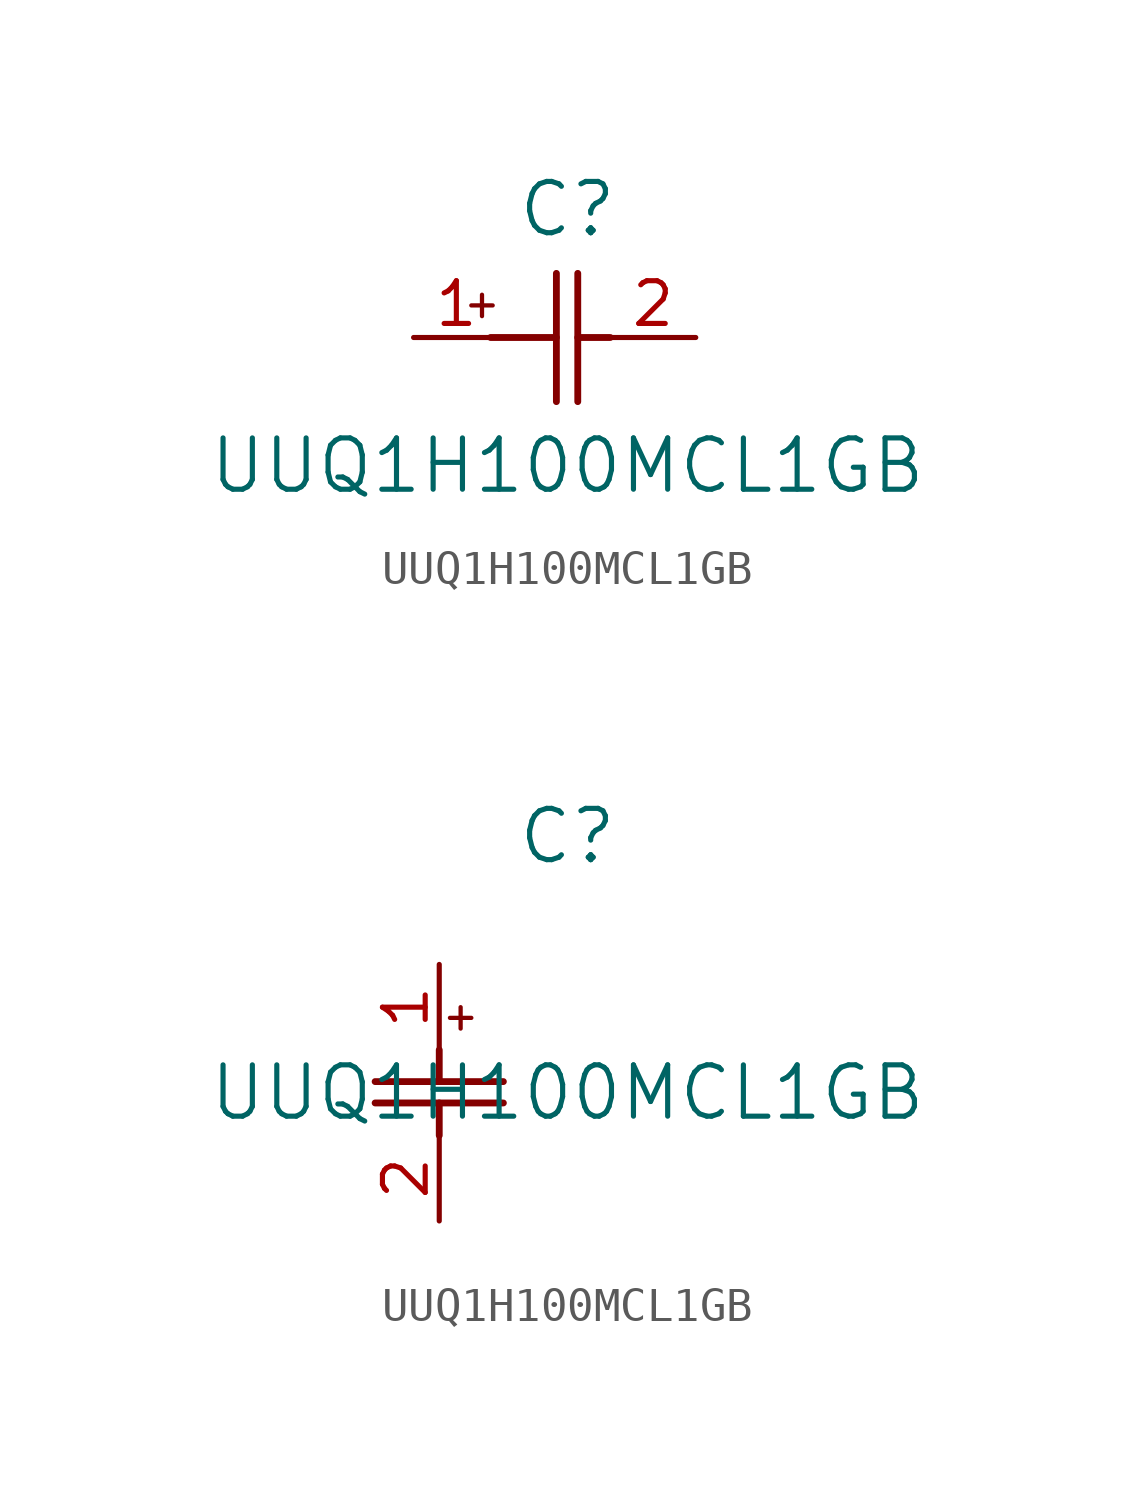
<source format=kicad_sym>
(kicad_symbol_lib
  (version 20220914)
  (generator kicad_symbol_editor)
  (symbol "UUQ1H100MCL1GB"
    (pin_names
      (offset 0.254))
    (property "Reference" "C"
      (at 3.81 3.81 0)
      (effects (font (size 1.524 1.524))))
    (property "Value" "UUQ1H100MCL1GB"
      (at 3.81 -3.81 0)
      (effects (font (size 1.524 1.524))))
    (symbol "UUQ1H100MCL1GB_1_1"
      (polyline (pts (xy 0.953 0.953) (xy 1.587 0.953)) (stroke (width 0.127) (type default)) (fill (type none)))
      (polyline (pts (xy 1.27 1.27) (xy 1.27 0.635)) (stroke (width 0.127) (type default)) (fill (type none)))
      (polyline (pts (xy 1.524 0) (xy 3.48 0)) (stroke (width 0.203) (type default)) (fill (type none)))
      (polyline (pts (xy 3.48 -1.905) (xy 3.48 1.905)) (stroke (width 0.203) (type default)) (fill (type none)))
      (polyline (pts (xy 4.115 -1.905) (xy 4.115 1.905)) (stroke (width 0.203) (type default)) (fill (type none)))
      (polyline (pts (xy 4.115 0) (xy 5.08 0)) (stroke (width 0.203) (type default)) (fill (type none)))
      (pin unspecified line (at -0.762 0 0) (length 2.54) (name "" (effects (font (size 1.27 1.27)))) (number "1" (effects (font (size 1.27 1.27)))))
      (pin unspecified line (at 7.62 0 180) (length 2.54) (name "" (effects (font (size 1.27 1.27)))) (number "2" (effects (font (size 1.27 1.27))))))
    (symbol "UUQ1H100MCL1GB_1_2"
      (polyline (pts (xy -1.905 -4.115) (xy 1.905 -4.115)) (stroke (width 0.203) (type default)) (fill (type none)))
      (polyline (pts (xy -1.905 -3.48) (xy 1.905 -3.48)) (stroke (width 0.203) (type default)) (fill (type none)))
      (polyline (pts (xy 0 -4.115) (xy 0 -5.08)) (stroke (width 0.203) (type default)) (fill (type none)))
      (polyline (pts (xy 0 -2.54) (xy 0 -3.48)) (stroke (width 0.203) (type default)) (fill (type none)))
      (polyline (pts (xy 0.318 -1.587) (xy 0.953 -1.587)) (stroke (width 0.127) (type default)) (fill (type none)))
      (polyline (pts (xy 0.635 -1.27) (xy 0.635 -1.905)) (stroke (width 0.127) (type default)) (fill (type none)))
      (pin unspecified line (at 0 0 270) (length 2.54) (name "" (effects (font (size 1.27 1.27)))) (number "1" (effects (font (size 1.27 1.27)))))
      (pin unspecified line (at 0 -7.62 90) (length 2.54) (name "" (effects (font (size 1.27 1.27)))) (number "2" (effects (font (size 1.27 1.27))))))))
</source>
